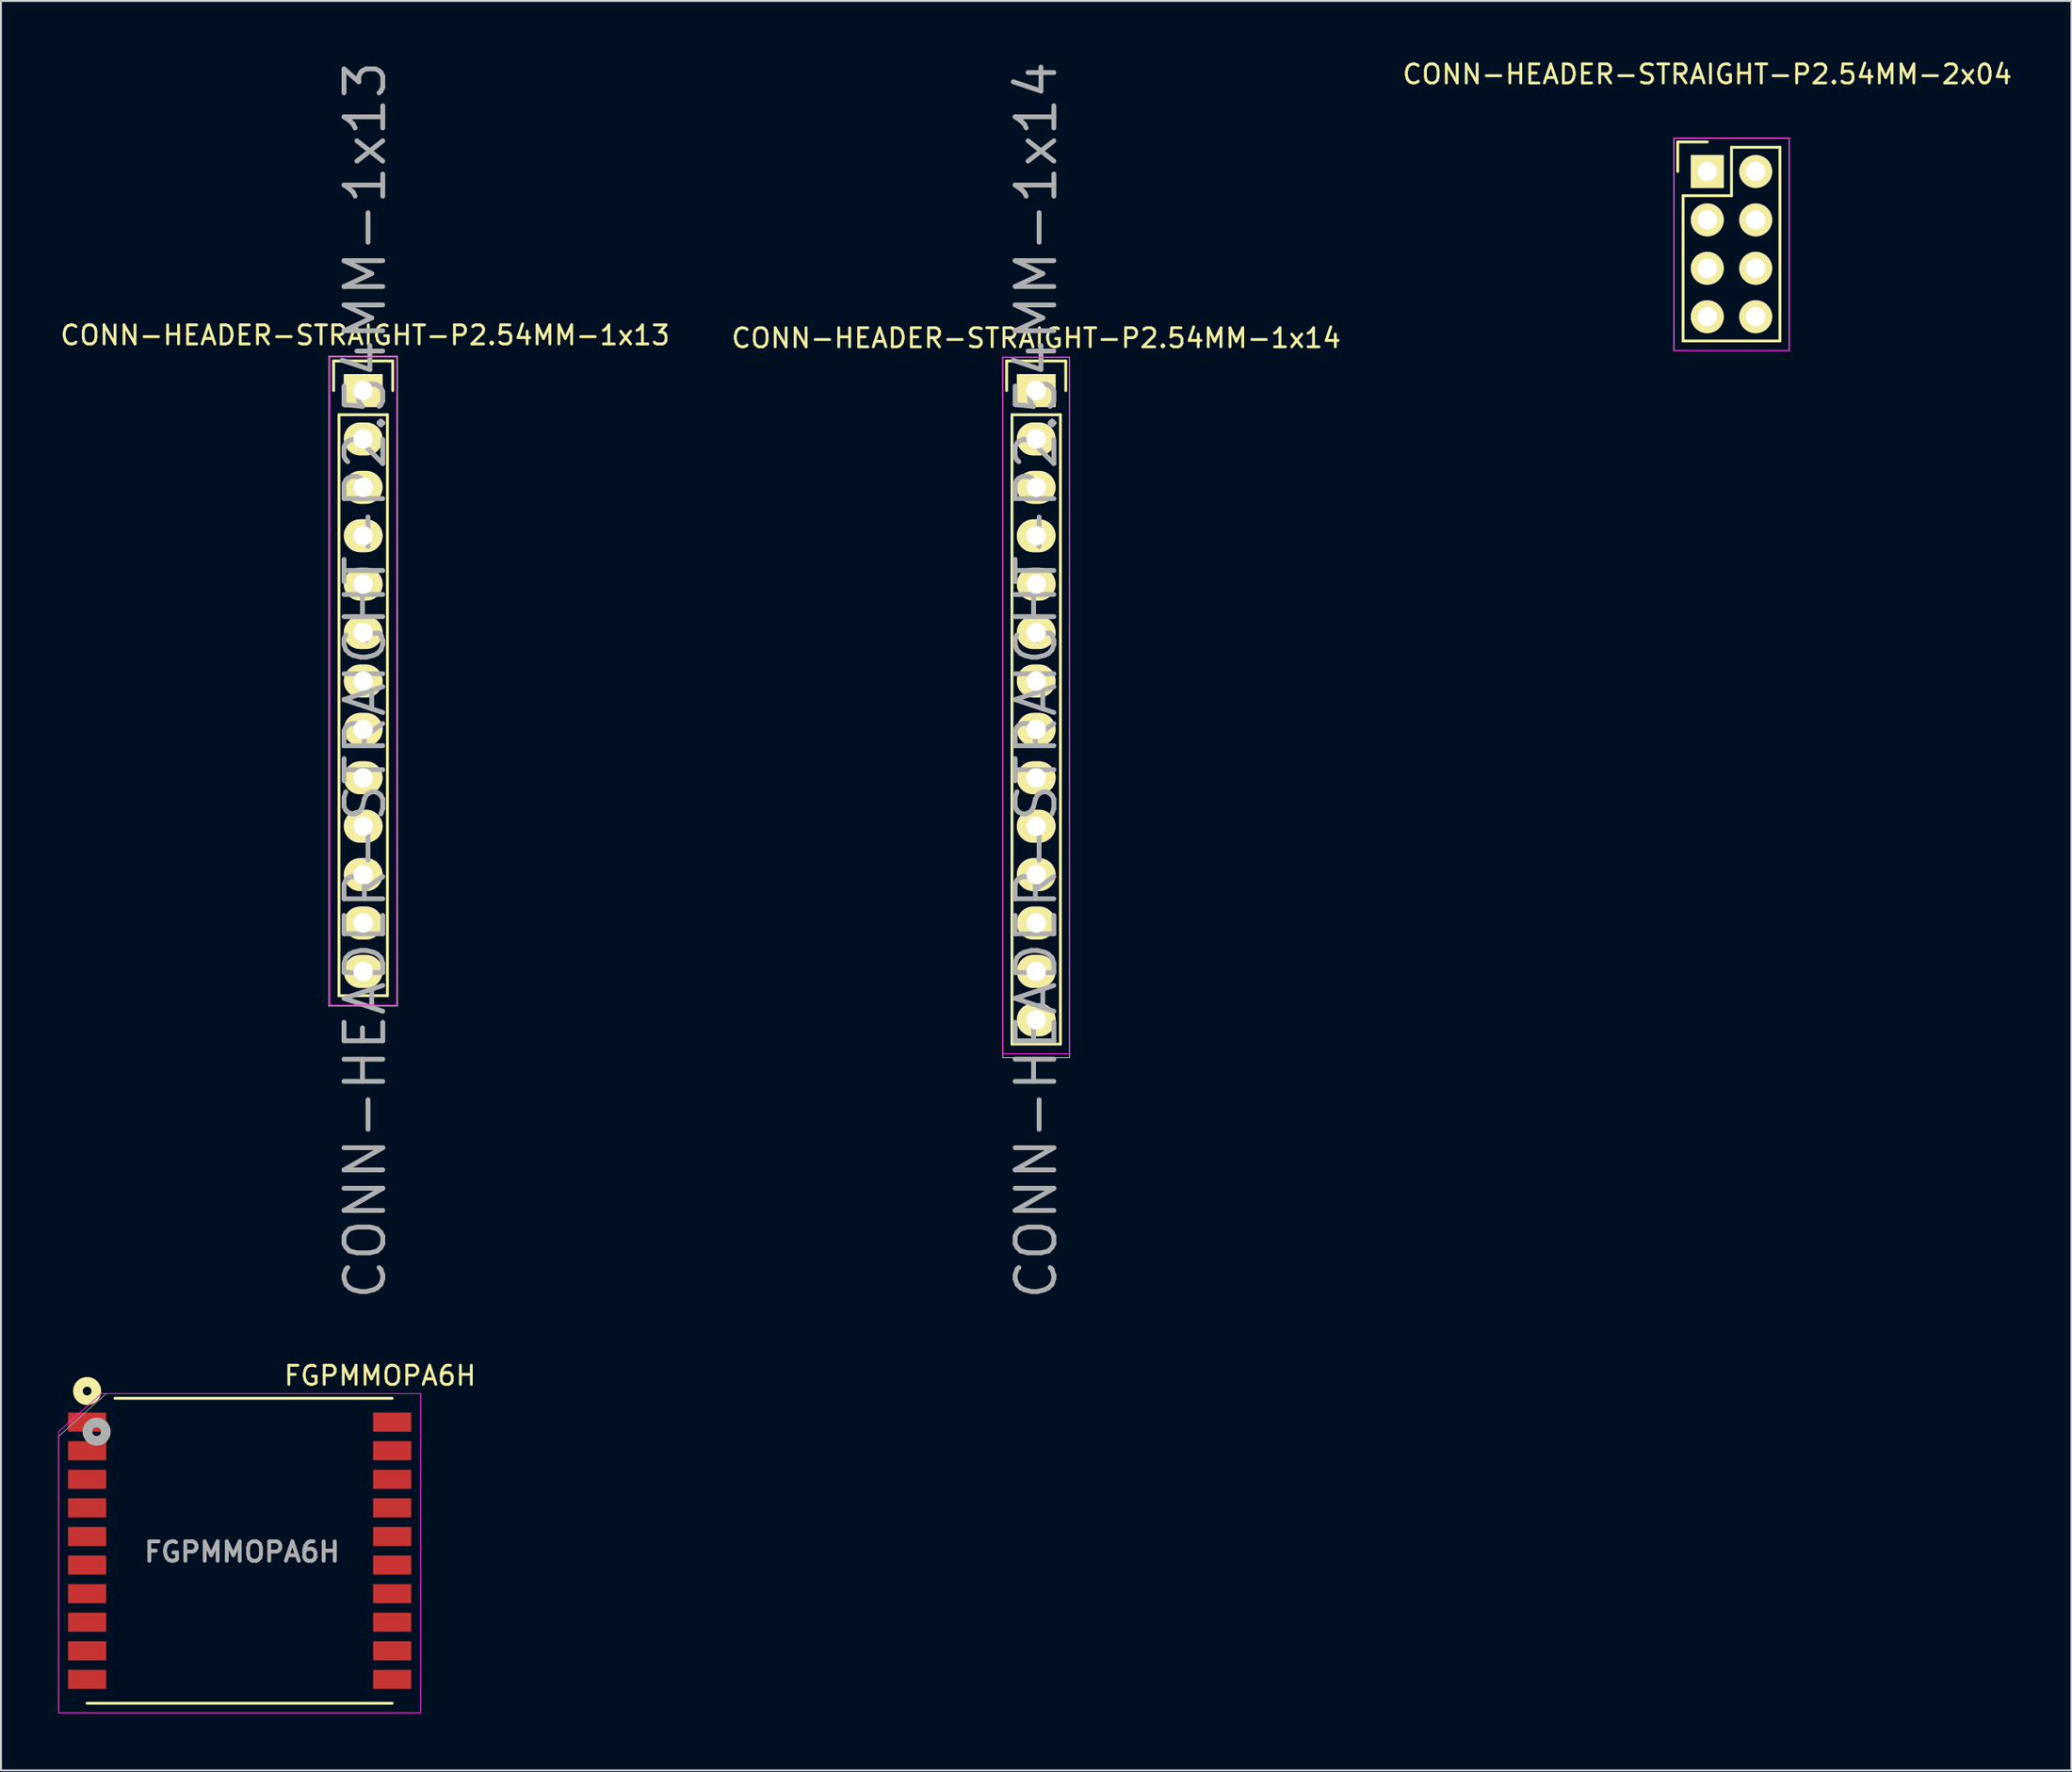
<source format=kicad_pcb>
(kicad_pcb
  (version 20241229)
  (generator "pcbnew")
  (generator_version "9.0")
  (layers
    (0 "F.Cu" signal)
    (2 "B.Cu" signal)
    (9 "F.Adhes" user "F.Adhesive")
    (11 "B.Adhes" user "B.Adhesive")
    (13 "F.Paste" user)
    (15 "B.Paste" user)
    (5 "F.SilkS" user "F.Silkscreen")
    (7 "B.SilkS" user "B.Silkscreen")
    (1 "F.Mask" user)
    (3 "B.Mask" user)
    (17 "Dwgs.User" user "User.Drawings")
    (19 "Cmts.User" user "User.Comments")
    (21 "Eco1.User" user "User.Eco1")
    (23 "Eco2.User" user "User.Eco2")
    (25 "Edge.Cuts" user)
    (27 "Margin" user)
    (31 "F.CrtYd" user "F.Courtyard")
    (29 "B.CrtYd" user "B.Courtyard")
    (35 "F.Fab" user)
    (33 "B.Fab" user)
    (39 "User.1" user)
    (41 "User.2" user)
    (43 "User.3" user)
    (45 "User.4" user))
  (footprint "CONN-HEADER-STRAIGHT-P2.54MM-2x04"
    (layer "F.Cu")
    (at 86.506 5.948)
    (property "Reference" "CONN-HEADER-STRAIGHT-P2.54MM-2x04" (at 0 -5.1 0) (layer "F.SilkS") (effects (font (size 1 1) (thickness 0.15))))
    (attr through_hole)
    (fp_line (start -1.55 -1.55) (end -1.55 0) (stroke (width 0.15) (type solid)) (layer "F.SilkS"))
    (fp_line (start -1.27 1.27) (end -1.27 8.89) (stroke (width 0.15) (type solid)) (layer "F.SilkS"))
    (fp_line (start -1.27 8.89) (end 3.81 8.89) (stroke (width 0.15) (type solid)) (layer "F.SilkS"))
    (fp_line (start 0 -1.55) (end -1.55 -1.55) (stroke (width 0.15) (type solid)) (layer "F.SilkS"))
    (fp_line (start 1.27 -1.27) (end 1.27 1.27) (stroke (width 0.15) (type solid)) (layer "F.SilkS"))
    (fp_line (start 1.27 1.27) (end -1.27 1.27) (stroke (width 0.15) (type solid)) (layer "F.SilkS"))
    (fp_line (start 3.81 -1.27) (end 1.27 -1.27) (stroke (width 0.15) (type solid)) (layer "F.SilkS"))
    (fp_line (start 3.81 8.89) (end 3.81 -1.27) (stroke (width 0.15) (type solid)) (layer "F.SilkS"))
    (fp_line (start -1.75 -1.75) (end -1.75 9.4) (stroke (width 0.05) (type solid)) (layer "F.CrtYd"))
    (fp_line (start -1.75 -1.75) (end 4.3 -1.75) (stroke (width 0.05) (type solid)) (layer "F.CrtYd"))
    (fp_line (start -1.75 9.4) (end 4.3 9.4) (stroke (width 0.05) (type solid)) (layer "F.CrtYd"))
    (fp_line (start 4.3 -1.75) (end 4.3 9.4) (stroke (width 0.05) (type solid)) (layer "F.CrtYd"))
    (fp_line (start -1.75 -1.75) (end -1.75 9.4) (stroke (width 0.05) (type solid)) (layer "F.Fab"))
    (fp_line (start -1.75 -1.75) (end 4.3 -1.75) (stroke (width 0.05) (type solid)) (layer "F.Fab"))
    (fp_line (start -1.75 9.4) (end 4.3 9.4) (stroke (width 0.05) (type solid)) (layer "F.Fab"))
    (fp_line (start 4.3 -1.75) (end 4.3 9.4) (stroke (width 0.05) (type solid)) (layer "F.Fab"))
    (pad "1" thru_hole rect (at 0 0) (size 1.727 1.727) (drill 1.016) (layers "*.Cu" "*.Mask" "F.SilkS"))
    (pad "2" thru_hole oval (at 2.54 0) (size 1.727 1.727) (drill 1.016) (layers "*.Cu" "*.Mask" "F.SilkS"))
    (pad "3" thru_hole oval (at 0 2.54) (size 1.727 1.727) (drill 1.016) (layers "*.Cu" "*.Mask" "F.SilkS"))
    (pad "4" thru_hole oval (at 2.54 2.54) (size 1.727 1.727) (drill 1.016) (layers "*.Cu" "*.Mask" "F.SilkS"))
    (pad "5" thru_hole oval (at 0 5.08) (size 1.727 1.727) (drill 1.016) (layers "*.Cu" "*.Mask" "F.SilkS"))
    (pad "6" thru_hole oval (at 2.54 5.08) (size 1.727 1.727) (drill 1.016) (layers "*.Cu" "*.Mask" "F.SilkS"))
    (pad "7" thru_hole oval (at 0 7.62) (size 1.727 1.727) (drill 1.016) (layers "*.Cu" "*.Mask" "F.SilkS"))
    (pad "8" thru_hole oval (at 2.54 7.62) (size 1.727 1.727) (drill 1.016) (layers "*.Cu" "*.Mask" "F.SilkS")))
  (footprint "FGPMMOPA6H"
    (layer "F.Cu")
    (at 9.52 78.318)
    (property "Reference" "FGPMMOPA6H" (at 0.127 0.064 0) (layer "F.Fab") (effects (font (size 1.016 1.016) (thickness 0.203))))
    (attr through_hole)
    (fp_line (start -6.54 -8.001) (end 8.001 -8.001) (stroke (width 0.152) (type solid)) (layer "F.SilkS"))
    (fp_line (start 8.001 8.001) (end -8.001 8.001) (stroke (width 0.152) (type solid)) (layer "F.SilkS"))
    (fp_circle (center -8 -8.382) (end -7.873 -8.191) (stroke (width 0.508) (type solid)) (fill no) (layer "F.SilkS"))
    (fp_line (start -9.5 -6.25) (end -9.5 8.5) (stroke (width 0.041) (type solid)) (layer "F.CrtYd"))
    (fp_line (start -9.5 8.5) (end 9.5 8.5) (stroke (width 0.041) (type solid)) (layer "F.CrtYd"))
    (fp_line (start -7.25 -8.25) (end -9.5 -6.25) (stroke (width 0.041) (type solid)) (layer "F.CrtYd"))
    (fp_line (start 9.5 -8.25) (end -7.25 -8.25) (stroke (width 0.041) (type solid)) (layer "F.CrtYd"))
    (fp_line (start 9.5 8.5) (end 9.5 -8.25) (stroke (width 0.041) (type solid)) (layer "F.CrtYd"))
    (fp_line (start -9.5 -6) (end -9.5 8.5) (stroke (width 0.041) (type solid)) (layer "F.Fab"))
    (fp_line (start -9.5 -6) (end -7 -8.25) (stroke (width 0.041) (type solid)) (layer "F.Fab"))
    (fp_line (start -9.5 8.5) (end 9.5 8.5) (stroke (width 0.041) (type solid)) (layer "F.Fab"))
    (fp_line (start 9.5 -8.25) (end -7 -8.25) (stroke (width 0.041) (type solid)) (layer "F.Fab"))
    (fp_line (start 9.5 8.5) (end 9.5 -8.25) (stroke (width 0.041) (type solid)) (layer "F.Fab"))
    (fp_circle (center -7.5 -6.25) (end -7.373 -6.059) (stroke (width 0.508) (type solid)) (fill no) (layer "F.Fab"))
    (fp_text user "${REFERENCE}" (at 7.366 -9.187 0) (layer "F.SilkS") (effects (font (size 1 1) (thickness 0.15))))
    (pad "1" smd rect (at -8.001 -6.749) (size 1.999 1.001) (layers "F.Cu" "F.Mask" "F.Paste"))
    (pad "2" smd rect (at -8.001 -5.25) (size 1.999 1.001) (layers "F.Cu" "F.Mask" "F.Paste"))
    (pad "3" smd rect (at -8.001 -3.749) (size 1.999 1.001) (layers "F.Cu" "F.Mask" "F.Paste"))
    (pad "4" smd rect (at -8.001 -2.25) (size 1.999 1.001) (layers "F.Cu" "F.Mask" "F.Paste"))
    (pad "5" smd rect (at -8.001 -0.749) (size 1.999 1.001) (layers "F.Cu" "F.Mask" "F.Paste"))
    (pad "6" smd rect (at -8.001 0.749) (size 1.999 1.001) (layers "F.Cu" "F.Mask" "F.Paste"))
    (pad "7" smd rect (at -8.001 2.25) (size 1.999 1.001) (layers "F.Cu" "F.Mask" "F.Paste"))
    (pad "8" smd rect (at -8.001 3.749) (size 1.999 1.001) (layers "F.Cu" "F.Mask" "F.Paste"))
    (pad "9" smd rect (at -8.001 5.25) (size 1.999 1.001) (layers "F.Cu" "F.Mask" "F.Paste"))
    (pad "10" smd rect (at -8.001 6.749) (size 1.999 1.001) (layers "F.Cu" "F.Mask" "F.Paste"))
    (pad "11" smd rect (at 8.001 6.749) (size 1.999 1.001) (layers "F.Cu" "F.Mask" "F.Paste"))
    (pad "12" smd rect (at 8.001 5.25) (size 1.999 1.001) (layers "F.Cu" "F.Mask" "F.Paste"))
    (pad "13" smd rect (at 8.001 3.749) (size 1.999 1.001) (layers "F.Cu" "F.Mask" "F.Paste"))
    (pad "14" smd rect (at 8.001 2.25) (size 1.999 1.001) (layers "F.Cu" "F.Mask" "F.Paste"))
    (pad "15" smd rect (at 8.001 0.749) (size 1.999 1.001) (layers "F.Cu" "F.Mask" "F.Paste"))
    (pad "16" smd rect (at 8.001 -0.749) (size 1.999 1.001) (layers "F.Cu" "F.Mask" "F.Paste"))
    (pad "17" smd rect (at 8.001 -2.25) (size 1.999 1.001) (layers "F.Cu" "F.Mask" "F.Paste"))
    (pad "18" smd rect (at 8.001 -3.749) (size 1.999 1.001) (layers "F.Cu" "F.Mask" "F.Paste"))
    (pad "19" smd rect (at 8.001 -5.25) (size 1.999 1.001) (layers "F.Cu" "F.Mask" "F.Paste"))
    (pad "20" smd rect (at 8.001 -6.749) (size 1.999 1.001) (layers "F.Cu" "F.Mask" "F.Paste")))
  (footprint "CONN-HEADER-STRAIGHT-P2.54MM-1x13"
    (layer "F.Cu")
    (at 16.001 17.441)
    (property "Reference" "CONN-HEADER-STRAIGHT-P2.54MM-1x13" (at 0.1 15.2 90) (layer "F.Fab") (effects (font (size 2.032 2.032) (thickness 0.254))))
    (attr through_hole)
    (fp_line (start -1.55 -1.55) (end 1.55 -1.55) (stroke (width 0.15) (type solid)) (layer "F.SilkS"))
    (fp_line (start -1.55 0) (end -1.55 -1.55) (stroke (width 0.15) (type solid)) (layer "F.SilkS"))
    (fp_line (start -1.27 1.27) (end -1.27 31.75) (stroke (width 0.15) (type solid)) (layer "F.SilkS"))
    (fp_line (start -1.27 31.75) (end 1.27 31.75) (stroke (width 0.15) (type solid)) (layer "F.SilkS"))
    (fp_line (start 1.27 1.27) (end -1.27 1.27) (stroke (width 0.15) (type solid)) (layer "F.SilkS"))
    (fp_line (start 1.27 31.75) (end 1.27 1.27) (stroke (width 0.15) (type solid)) (layer "F.SilkS"))
    (fp_line (start 1.55 -1.55) (end 1.55 0) (stroke (width 0.15) (type solid)) (layer "F.SilkS"))
    (fp_line (start -1.75 -1.75) (end -1.75 32.25) (stroke (width 0.05) (type solid)) (layer "F.CrtYd"))
    (fp_line (start -1.75 -1.75) (end 1.75 -1.75) (stroke (width 0.05) (type solid)) (layer "F.CrtYd"))
    (fp_line (start -1.75 32.25) (end 1.75 32.25) (stroke (width 0.05) (type solid)) (layer "F.CrtYd"))
    (fp_line (start 1.75 -1.75) (end 1.75 32.25) (stroke (width 0.05) (type solid)) (layer "F.CrtYd"))
    (fp_line (start -1.8 -1.8) (end 1.8 -1.8) (stroke (width 0.051) (type solid)) (layer "F.Fab"))
    (fp_line (start -1.8 32.3) (end -1.8 -1.8) (stroke (width 0.051) (type solid)) (layer "F.Fab"))
    (fp_line (start 1.8 -1.8) (end 1.8 32.3) (stroke (width 0.051) (type solid)) (layer "F.Fab"))
    (fp_line (start 1.8 32.3) (end -1.8 32.3) (stroke (width 0.051) (type solid)) (layer "F.Fab"))
    (fp_text user "${REFERENCE}" (at 0.1 -2.9 0) (layer "F.SilkS") (effects (font (size 1 1) (thickness 0.15))))
    (pad "1" thru_hole rect (at 0 0) (size 2.032 1.727) (drill 1.016) (layers "*.Cu" "*.Mask" "F.SilkS"))
    (pad "2" thru_hole oval (at 0 2.54) (size 2.032 1.727) (drill 1.016) (layers "*.Cu" "*.Mask" "F.SilkS"))
    (pad "3" thru_hole oval (at 0 5.08) (size 2.032 1.727) (drill 1.016) (layers "*.Cu" "*.Mask" "F.SilkS"))
    (pad "4" thru_hole oval (at 0 7.62) (size 2.032 1.727) (drill 1.016) (layers "*.Cu" "*.Mask" "F.SilkS"))
    (pad "5" thru_hole oval (at 0 10.16) (size 2.032 1.727) (drill 1.016) (layers "*.Cu" "*.Mask" "F.SilkS"))
    (pad "6" thru_hole oval (at 0 12.7) (size 2.032 1.727) (drill 1.016) (layers "*.Cu" "*.Mask" "F.SilkS"))
    (pad "7" thru_hole oval (at 0 15.24) (size 2.032 1.727) (drill 1.016) (layers "*.Cu" "*.Mask" "F.SilkS"))
    (pad "8" thru_hole oval (at 0 17.78) (size 2.032 1.727) (drill 1.016) (layers "*.Cu" "*.Mask" "F.SilkS"))
    (pad "9" thru_hole oval (at 0 20.32) (size 2.032 1.727) (drill 1.016) (layers "*.Cu" "*.Mask" "F.SilkS"))
    (pad "10" thru_hole oval (at 0 22.86) (size 2.032 1.727) (drill 1.016) (layers "*.Cu" "*.Mask" "F.SilkS"))
    (pad "11" thru_hole oval (at 0 25.4) (size 2.032 1.727) (drill 1.016) (layers "*.Cu" "*.Mask" "F.SilkS"))
    (pad "12" thru_hole oval (at 0 27.94) (size 2.032 1.727) (drill 1.016) (layers "*.Cu" "*.Mask" "F.SilkS"))
    (pad "13" thru_hole oval (at 0 30.48) (size 2.032 1.727) (drill 1.016) (layers "*.Cu" "*.Mask" "F.SilkS")))
  (footprint "CONN-HEADER-STRAIGHT-P2.54MM-1x14"
    (layer "F.Cu")
    (at 51.304 17.441)
    (property "Reference" "CONN-HEADER-STRAIGHT-P2.54MM-1x14" (at 0 15.2 90) (layer "F.Fab") (effects (font (size 2.032 2.032) (thickness 0.254))))
    (attr through_hole)
    (fp_line (start -1.55 -1.55) (end 1.55 -1.55) (stroke (width 0.15) (type solid)) (layer "F.SilkS"))
    (fp_line (start -1.55 0) (end -1.55 -1.55) (stroke (width 0.15) (type solid)) (layer "F.SilkS"))
    (fp_line (start -1.27 1.27) (end -1.27 34.29) (stroke (width 0.15) (type solid)) (layer "F.SilkS"))
    (fp_line (start -1.27 34.29) (end 1.27 34.29) (stroke (width 0.15) (type solid)) (layer "F.SilkS"))
    (fp_line (start 1.27 1.27) (end -1.27 1.27) (stroke (width 0.15) (type solid)) (layer "F.SilkS"))
    (fp_line (start 1.27 34.29) (end 1.27 1.27) (stroke (width 0.15) (type solid)) (layer "F.SilkS"))
    (fp_line (start 1.55 -1.55) (end 1.55 0) (stroke (width 0.15) (type solid)) (layer "F.SilkS"))
    (fp_line (start -1.75 -1.75) (end -1.75 34.8) (stroke (width 0.05) (type solid)) (layer "F.CrtYd"))
    (fp_line (start -1.75 -1.75) (end 1.75 -1.75) (stroke (width 0.05) (type solid)) (layer "F.CrtYd"))
    (fp_line (start -1.75 34.8) (end 1.75 34.8) (stroke (width 0.05) (type solid)) (layer "F.CrtYd"))
    (fp_line (start 1.75 -1.75) (end 1.75 34.8) (stroke (width 0.05) (type solid)) (layer "F.CrtYd"))
    (fp_line (start -1.75 -1.75) (end 1.75 -1.75) (stroke (width 0.051) (type solid)) (layer "F.Fab"))
    (fp_line (start -1.75 35) (end -1.75 -1.75) (stroke (width 0.051) (type solid)) (layer "F.Fab"))
    (fp_line (start 1.75 -1.75) (end 1.75 35) (stroke (width 0.051) (type solid)) (layer "F.Fab"))
    (fp_line (start 1.75 35) (end -1.75 35) (stroke (width 0.051) (type solid)) (layer "F.Fab"))
    (fp_text user "${REFERENCE}" (at 0 -2.75 0) (layer "F.SilkS") (effects (font (size 1 1) (thickness 0.15))))
    (pad "1" thru_hole rect (at 0 0) (size 2.032 1.727) (drill 1.016) (layers "*.Cu" "*.Mask" "F.SilkS"))
    (pad "2" thru_hole oval (at 0 2.54) (size 2.032 1.727) (drill 1.016) (layers "*.Cu" "*.Mask" "F.SilkS"))
    (pad "3" thru_hole oval (at 0 5.08) (size 2.032 1.727) (drill 1.016) (layers "*.Cu" "*.Mask" "F.SilkS"))
    (pad "4" thru_hole oval (at 0 7.62) (size 2.032 1.727) (drill 1.016) (layers "*.Cu" "*.Mask" "F.SilkS"))
    (pad "5" thru_hole oval (at 0 10.16) (size 2.032 1.727) (drill 1.016) (layers "*.Cu" "*.Mask" "F.SilkS"))
    (pad "6" thru_hole oval (at 0 12.7) (size 2.032 1.727) (drill 1.016) (layers "*.Cu" "*.Mask" "F.SilkS"))
    (pad "7" thru_hole oval (at 0 15.24) (size 2.032 1.727) (drill 1.016) (layers "*.Cu" "*.Mask" "F.SilkS"))
    (pad "8" thru_hole oval (at 0 17.78) (size 2.032 1.727) (drill 1.016) (layers "*.Cu" "*.Mask" "F.SilkS"))
    (pad "9" thru_hole oval (at 0 20.32) (size 2.032 1.727) (drill 1.016) (layers "*.Cu" "*.Mask" "F.SilkS"))
    (pad "10" thru_hole oval (at 0 22.86) (size 2.032 1.727) (drill 1.016) (layers "*.Cu" "*.Mask" "F.SilkS"))
    (pad "11" thru_hole oval (at 0 25.4) (size 2.032 1.727) (drill 1.016) (layers "*.Cu" "*.Mask" "F.SilkS"))
    (pad "12" thru_hole oval (at 0 27.94) (size 2.032 1.727) (drill 1.016) (layers "*.Cu" "*.Mask" "F.SilkS"))
    (pad "13" thru_hole oval (at 0 30.48) (size 2.032 1.727) (drill 1.016) (layers "*.Cu" "*.Mask" "F.SilkS"))
    (pad "14" thru_hole oval (at 0 33.02) (size 2.032 1.727) (drill 1.016) (layers "*.Cu" "*.Mask" "F.SilkS")))
  (gr_rect
    (start -3 -3)
    (end 105.607 89.839)
    (stroke (width 0.1) (type default))
    (fill no)
    (layer "Edge.Cuts")))
</source>
